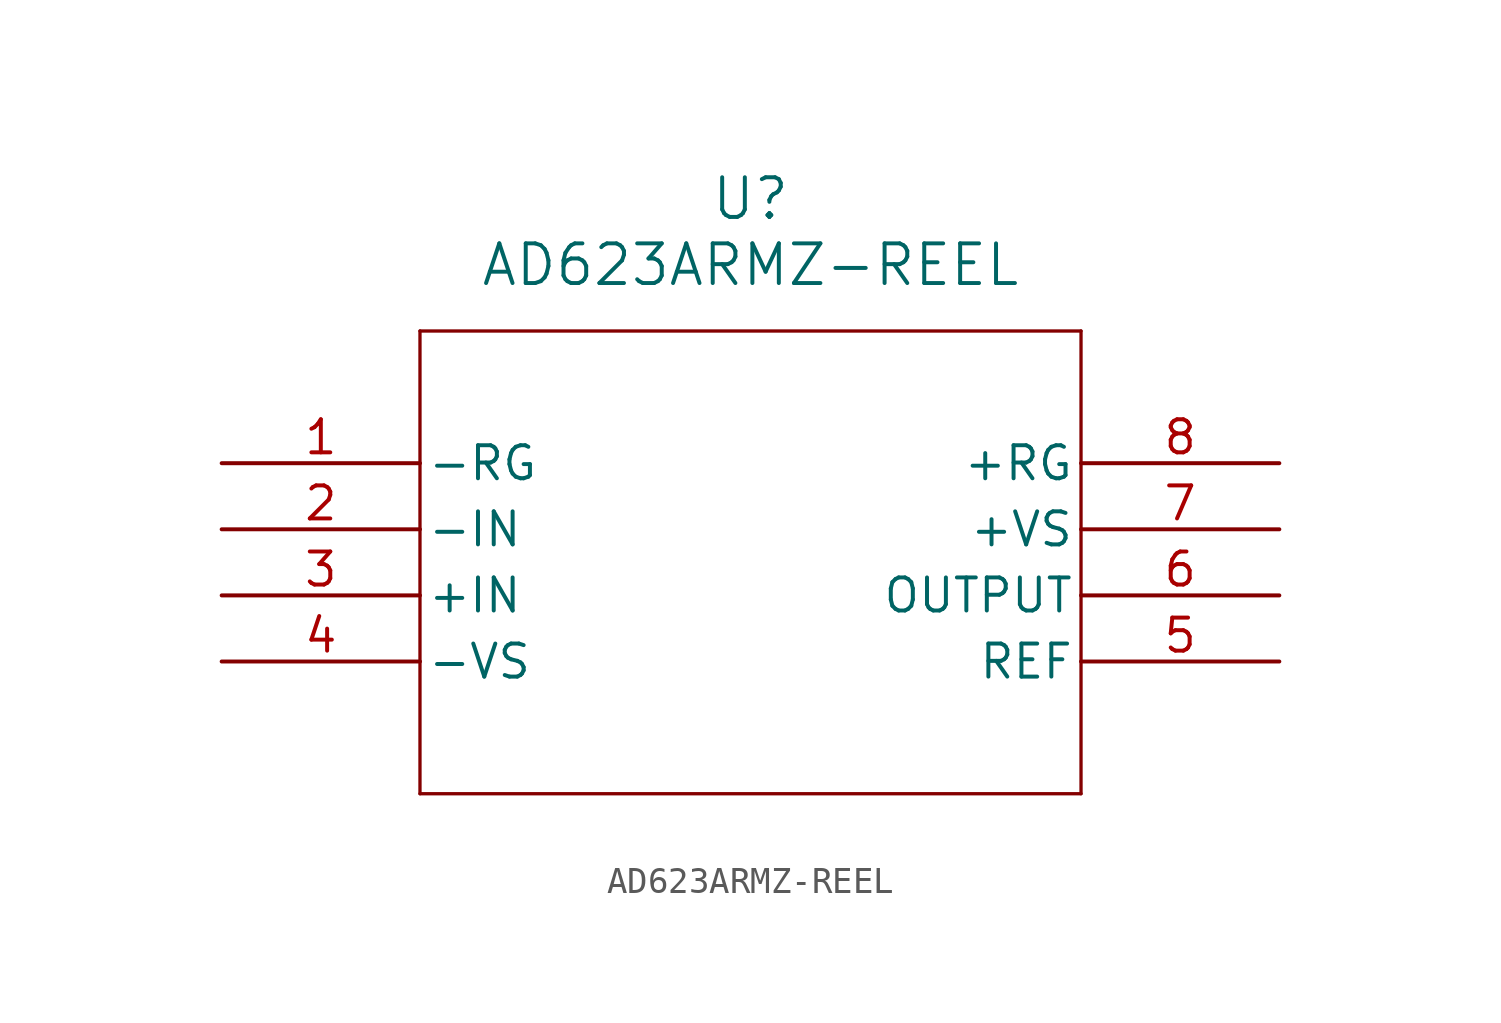
<source format=kicad_sym>
(kicad_symbol_lib
  (version 20211014)
  (generator kicad_symbol_editor)
  (symbol "AD623ARMZ-REEL"
    (pin_names
      (offset 0.254))
    (property "Reference" "U"
      (at 20.32 10.16 0)
      (effects (font (size 1.524 1.524))))
    (property "Value" "AD623ARMZ-REEL"
      (at 20.32 7.62 0)
      (effects (font (size 1.524 1.524))))
    (symbol "AD623ARMZ-REEL_0_1"
      (polyline (pts (xy 7.62 5.08) (xy 7.62 -12.7)) (stroke (width 0.127) (type default) (color 0 0 0 0)) (fill (type none)))
      (polyline (pts (xy 7.62 -12.7) (xy 33.02 -12.7)) (stroke (width 0.127) (type default) (color 0 0 0 0)) (fill (type none)))
      (polyline (pts (xy 33.02 -12.7) (xy 33.02 5.08)) (stroke (width 0.127) (type default) (color 0 0 0 0)) (fill (type none)))
      (polyline (pts (xy 33.02 5.08) (xy 7.62 5.08)) (stroke (width 0.127) (type default) (color 0 0 0 0)) (fill (type none)))
      (pin unspecified line (at 0 0 0) (length 7.62) (name "-RG" (effects (font (size 1.27 1.27)))) (number "1" (effects (font (size 1.27 1.27)))))
      (pin unspecified line (at 0 -2.54 0) (length 7.62) (name "-IN" (effects (font (size 1.27 1.27)))) (number "2" (effects (font (size 1.27 1.27)))))
      (pin unspecified line (at 0 -5.08 0) (length 7.62) (name "+IN" (effects (font (size 1.27 1.27)))) (number "3" (effects (font (size 1.27 1.27)))))
      (pin power_in line (at 0 -7.62 0) (length 7.62) (name "-VS" (effects (font (size 1.27 1.27)))) (number "4" (effects (font (size 1.27 1.27)))))
      (pin unspecified line (at 40.64 -7.62 180) (length 7.62) (name "REF" (effects (font (size 1.27 1.27)))) (number "5" (effects (font (size 1.27 1.27)))))
      (pin unspecified line (at 40.64 -5.08 180) (length 7.62) (name "OUTPUT" (effects (font (size 1.27 1.27)))) (number "6" (effects (font (size 1.27 1.27)))))
      (pin power_in line (at 40.64 -2.54 180) (length 7.62) (name "+VS" (effects (font (size 1.27 1.27)))) (number "7" (effects (font (size 1.27 1.27)))))
      (pin unspecified line (at 40.64 0 180) (length 7.62) (name "+RG" (effects (font (size 1.27 1.27)))) (number "8" (effects (font (size 1.27 1.27))))))))
</source>
